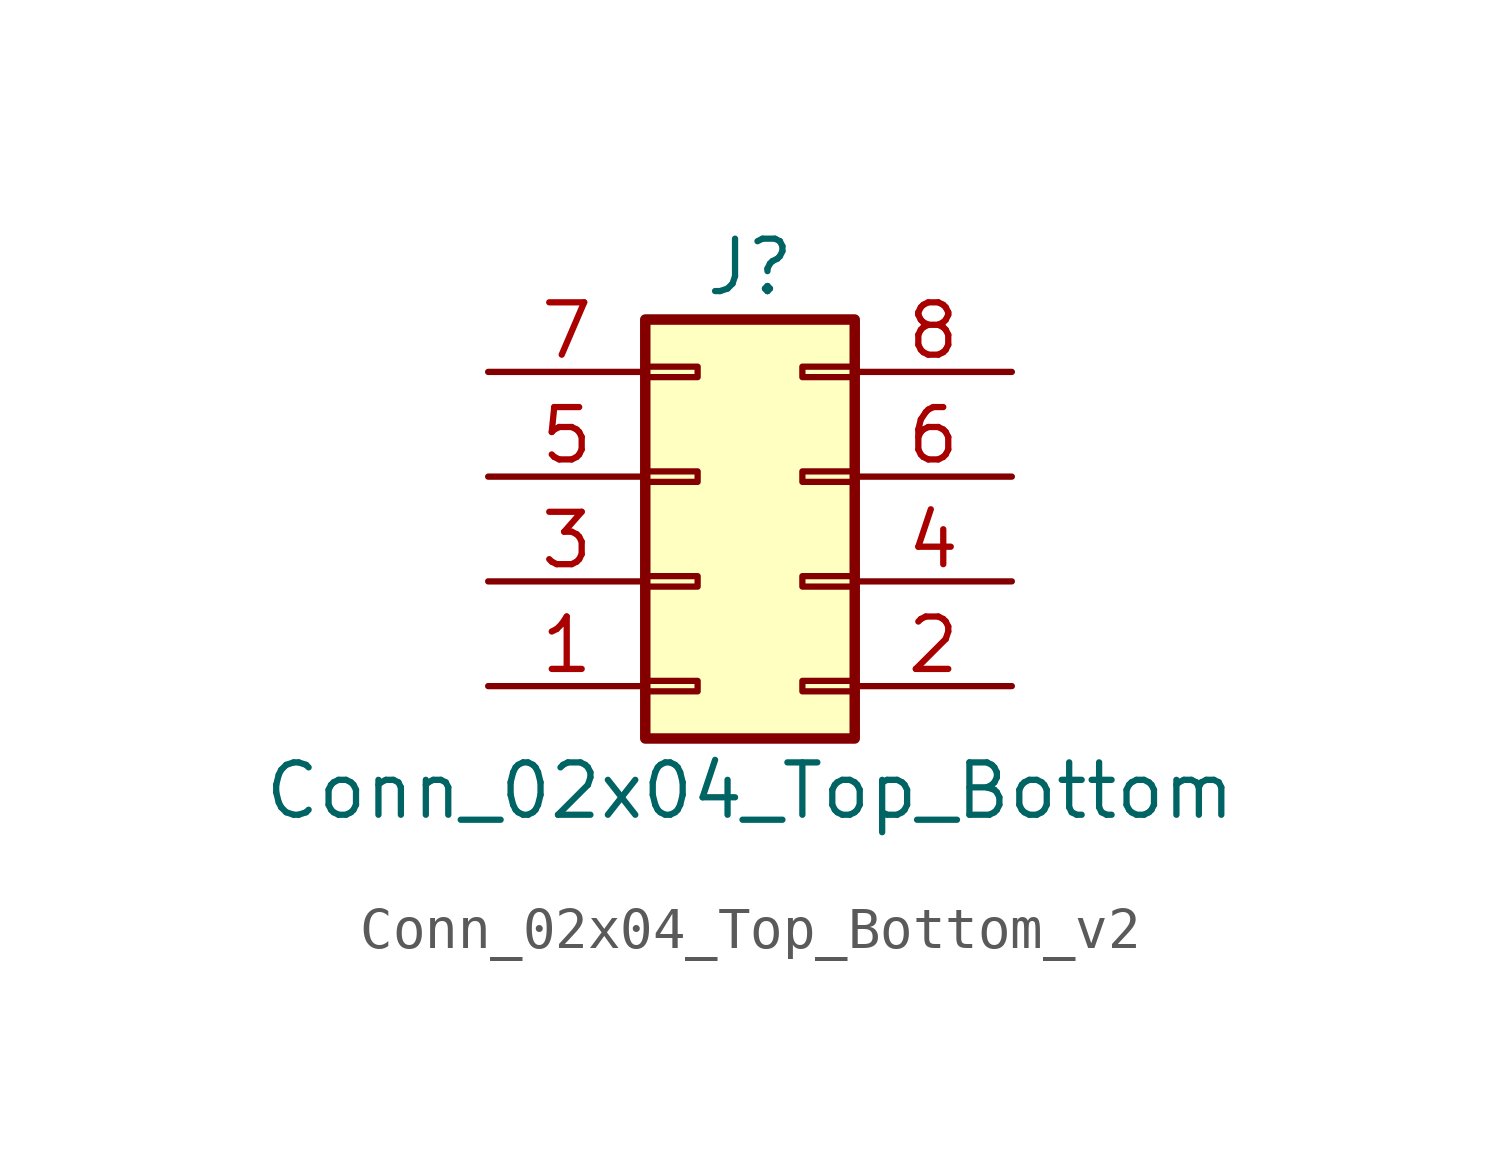
<source format=kicad_sym>
(kicad_symbol_lib
  (version 20220914)
  (generator kicad_symbol_editor)
  (symbol "Conn_02x04_Top_Bottom_v2"
    (pin_names
      (offset 1.016) hide)
    (property "Reference" "J"
      (at 1.27 5.08 0)
      (effects (font (size 1.27 1.27))))
    (property "Value" "Conn_02x04_Top_Bottom"
      (at 1.27 -7.62 0)
      (effects (font (size 1.27 1.27))))
    (symbol "Conn_02x04_Top_Bottom_v2_1_1"
      (rectangle (start -1.27 -4.953) (end 0 -5.207) (stroke (width 0.152) (type default)) (fill (type none)))
      (rectangle (start -1.27 -2.413) (end 0 -2.667) (stroke (width 0.152) (type default)) (fill (type none)))
      (rectangle (start -1.27 0.127) (end 0 -0.127) (stroke (width 0.152) (type default)) (fill (type none)))
      (rectangle (start -1.27 2.667) (end 0 2.413) (stroke (width 0.152) (type default)) (fill (type none)))
      (rectangle (start -1.27 3.81) (end 3.81 -6.35) (stroke (width 0.254) (type default)) (fill (type background)))
      (rectangle (start 3.81 -4.953) (end 2.54 -5.207) (stroke (width 0.152) (type default)) (fill (type none)))
      (rectangle (start 3.81 -2.413) (end 2.54 -2.667) (stroke (width 0.152) (type default)) (fill (type none)))
      (rectangle (start 3.81 0.127) (end 2.54 -0.127) (stroke (width 0.152) (type default)) (fill (type none)))
      (rectangle (start 3.81 2.667) (end 2.54 2.413) (stroke (width 0.152) (type default)) (fill (type none)))
      (pin passive line (at -5.08 -5.08 0) (length 3.81) (name "Pin_1" (effects (font (size 1.27 1.27)))) (number "1" (effects (font (size 1.27 1.27)))))
      (pin passive line (at 7.62 -5.08 180) (length 3.81) (name "Pin_2" (effects (font (size 1.27 1.27)))) (number "2" (effects (font (size 1.27 1.27)))))
      (pin passive line (at -5.08 -2.54 0) (length 3.81) (name "Pin_3" (effects (font (size 1.27 1.27)))) (number "3" (effects (font (size 1.27 1.27)))))
      (pin passive line (at 7.62 -2.54 180) (length 3.81) (name "Pin_4" (effects (font (size 1.27 1.27)))) (number "4" (effects (font (size 1.27 1.27)))))
      (pin passive line (at -5.08 0 0) (length 3.81) (name "Pin_5" (effects (font (size 1.27 1.27)))) (number "5" (effects (font (size 1.27 1.27)))))
      (pin passive line (at 7.62 0 180) (length 3.81) (name "Pin_6" (effects (font (size 1.27 1.27)))) (number "6" (effects (font (size 1.27 1.27)))))
      (pin passive line (at -5.08 2.54 0) (length 3.81) (name "Pin_7" (effects (font (size 1.27 1.27)))) (number "7" (effects (font (size 1.27 1.27)))))
      (pin passive line (at 7.62 2.54 180) (length 3.81) (name "Pin_8" (effects (font (size 1.27 1.27)))) (number "8" (effects (font (size 1.27 1.27))))))))
</source>
